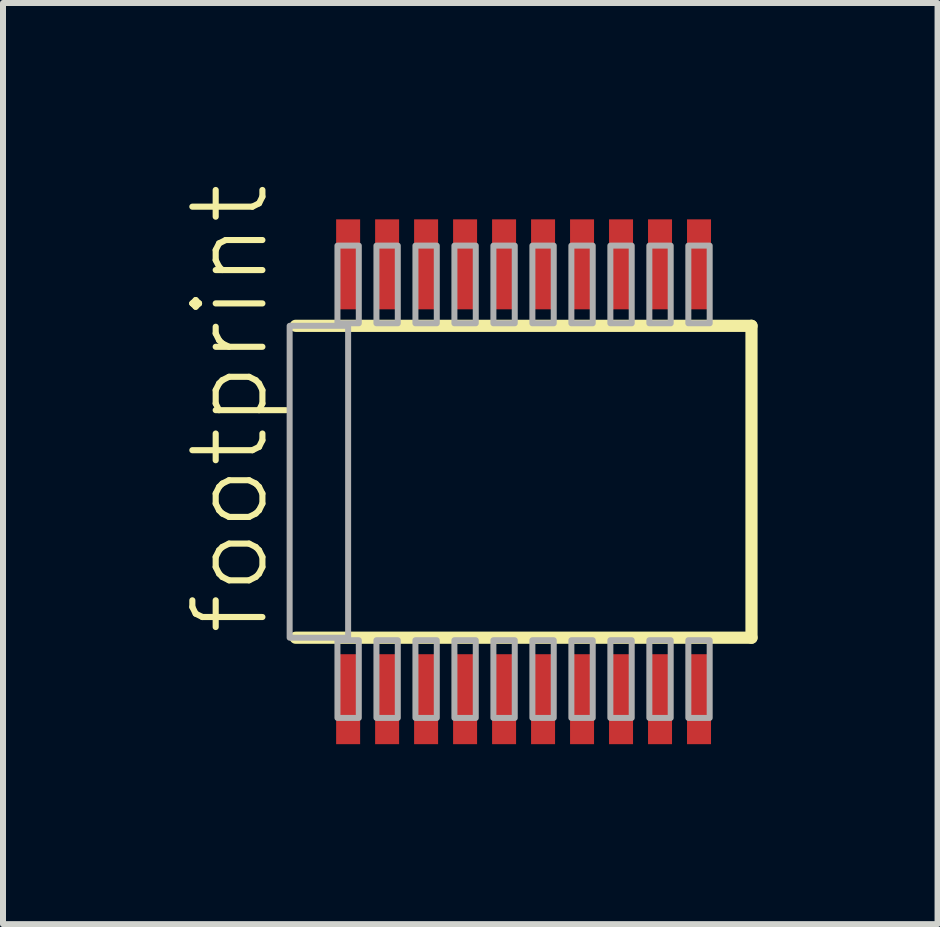
<source format=kicad_pcb>
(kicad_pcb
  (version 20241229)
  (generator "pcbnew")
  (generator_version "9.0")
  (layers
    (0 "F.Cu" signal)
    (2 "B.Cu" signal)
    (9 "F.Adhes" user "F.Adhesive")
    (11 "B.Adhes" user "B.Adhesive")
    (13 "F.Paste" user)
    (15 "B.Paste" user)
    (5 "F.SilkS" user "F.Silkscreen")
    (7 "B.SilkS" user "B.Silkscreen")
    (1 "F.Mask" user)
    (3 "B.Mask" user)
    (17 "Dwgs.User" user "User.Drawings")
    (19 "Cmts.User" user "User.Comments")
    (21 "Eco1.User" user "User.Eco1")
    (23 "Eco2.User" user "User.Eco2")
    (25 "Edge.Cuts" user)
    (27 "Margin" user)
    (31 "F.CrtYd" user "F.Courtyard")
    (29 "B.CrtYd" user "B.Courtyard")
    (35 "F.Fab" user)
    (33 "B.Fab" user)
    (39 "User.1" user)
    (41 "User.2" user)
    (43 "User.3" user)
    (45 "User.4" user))
  (footprint "footprint"
    (layer "F.Cu")
    (at 5.679 4.982)
    (property "Reference" "footprint" (at -4.206 2.6 90) (layer "F.SilkS") (effects (font (size 1.168 1.168) (thickness 0.102)) (justify left bottom)))
    (fp_line (start -3.8 2.6) (end 3.8 2.6) (stroke (width 0.203) (type solid)) (layer "F.SilkS"))
    (fp_line (start 3.8 -2.6) (end -3.8 -2.6) (stroke (width 0.203) (type solid)) (layer "F.SilkS"))
    (fp_line (start 3.8 2.6) (end 3.8 -2.6) (stroke (width 0.203) (type solid)) (layer "F.SilkS"))
    (fp_poly (pts (xy -3.9 2.6) (xy -2.925 2.6) (xy -2.925 -2.6) (xy -3.9 -2.6)) (stroke (width 0.1) (type solid)) (fill no) (layer "F.Fab"))
    (fp_poly (pts (xy -3.103 3.937) (xy -2.747 3.937) (xy -2.747 2.642) (xy -3.103 2.642)) (stroke (width 0.1) (type solid)) (fill no) (layer "F.Fab"))
    (fp_poly (pts (xy -3.103 -2.642) (xy -2.747 -2.642) (xy -2.747 -3.937) (xy -3.103 -3.937)) (stroke (width 0.1) (type solid)) (fill no) (layer "F.Fab"))
    (fp_poly (pts (xy -2.453 3.937) (xy -2.097 3.937) (xy -2.097 2.642) (xy -2.453 2.642)) (stroke (width 0.1) (type solid)) (fill no) (layer "F.Fab"))
    (fp_poly (pts (xy -2.453 -2.642) (xy -2.097 -2.642) (xy -2.097 -3.937) (xy -2.453 -3.937)) (stroke (width 0.1) (type solid)) (fill no) (layer "F.Fab"))
    (fp_poly (pts (xy -1.803 3.937) (xy -1.447 3.937) (xy -1.447 2.642) (xy -1.803 2.642)) (stroke (width 0.1) (type solid)) (fill no) (layer "F.Fab"))
    (fp_poly (pts (xy -1.803 -2.642) (xy -1.447 -2.642) (xy -1.447 -3.937) (xy -1.803 -3.937)) (stroke (width 0.1) (type solid)) (fill no) (layer "F.Fab"))
    (fp_poly (pts (xy -1.153 3.937) (xy -0.797 3.937) (xy -0.797 2.642) (xy -1.153 2.642)) (stroke (width 0.1) (type solid)) (fill no) (layer "F.Fab"))
    (fp_poly (pts (xy -1.153 -2.642) (xy -0.797 -2.642) (xy -0.797 -3.937) (xy -1.153 -3.937)) (stroke (width 0.1) (type solid)) (fill no) (layer "F.Fab"))
    (fp_poly (pts (xy -0.503 3.937) (xy -0.147 3.937) (xy -0.147 2.642) (xy -0.503 2.642)) (stroke (width 0.1) (type solid)) (fill no) (layer "F.Fab"))
    (fp_poly (pts (xy -0.503 -2.642) (xy -0.147 -2.642) (xy -0.147 -3.937) (xy -0.503 -3.937)) (stroke (width 0.1) (type solid)) (fill no) (layer "F.Fab"))
    (fp_poly (pts (xy 0.147 3.937) (xy 0.503 3.937) (xy 0.503 2.642) (xy 0.147 2.642)) (stroke (width 0.1) (type solid)) (fill no) (layer "F.Fab"))
    (fp_poly (pts (xy 0.147 -2.642) (xy 0.503 -2.642) (xy 0.503 -3.937) (xy 0.147 -3.937)) (stroke (width 0.1) (type solid)) (fill no) (layer "F.Fab"))
    (fp_poly (pts (xy 0.797 3.937) (xy 1.153 3.937) (xy 1.153 2.642) (xy 0.797 2.642)) (stroke (width 0.1) (type solid)) (fill no) (layer "F.Fab"))
    (fp_poly (pts (xy 0.797 -2.642) (xy 1.153 -2.642) (xy 1.153 -3.937) (xy 0.797 -3.937)) (stroke (width 0.1) (type solid)) (fill no) (layer "F.Fab"))
    (fp_poly (pts (xy 1.447 -2.642) (xy 1.803 -2.642) (xy 1.803 -3.937) (xy 1.447 -3.937)) (stroke (width 0.1) (type solid)) (fill no) (layer "F.Fab"))
    (fp_poly (pts (xy 1.447 3.937) (xy 1.803 3.937) (xy 1.803 2.642) (xy 1.447 2.642)) (stroke (width 0.1) (type solid)) (fill no) (layer "F.Fab"))
    (fp_poly (pts (xy 2.097 -2.642) (xy 2.453 -2.642) (xy 2.453 -3.937) (xy 2.097 -3.937)) (stroke (width 0.1) (type solid)) (fill no) (layer "F.Fab"))
    (fp_poly (pts (xy 2.097 3.937) (xy 2.453 3.937) (xy 2.453 2.642) (xy 2.097 2.642)) (stroke (width 0.1) (type solid)) (fill no) (layer "F.Fab"))
    (fp_poly (pts (xy 2.747 -2.642) (xy 3.103 -2.642) (xy 3.103 -3.937) (xy 2.747 -3.937)) (stroke (width 0.1) (type solid)) (fill no) (layer "F.Fab"))
    (fp_poly (pts (xy 2.747 3.937) (xy 3.103 3.937) (xy 3.103 2.642) (xy 2.747 2.642)) (stroke (width 0.1) (type solid)) (fill no) (layer "F.Fab"))
    (pad "1" smd rect (at -2.925 3.625) (size 0.4 1.5) (layers "F.Cu" "F.Mask" "F.Paste"))
    (pad "2" smd rect (at -2.275 3.625) (size 0.4 1.5) (layers "F.Cu" "F.Mask" "F.Paste"))
    (pad "3" smd rect (at -1.625 3.625) (size 0.4 1.5) (layers "F.Cu" "F.Mask" "F.Paste"))
    (pad "4" smd rect (at -0.975 3.625) (size 0.4 1.5) (layers "F.Cu" "F.Mask" "F.Paste"))
    (pad "5" smd rect (at -0.325 3.625) (size 0.4 1.5) (layers "F.Cu" "F.Mask" "F.Paste"))
    (pad "6" smd rect (at 0.325 3.625) (size 0.4 1.5) (layers "F.Cu" "F.Mask" "F.Paste"))
    (pad "7" smd rect (at 0.975 3.625) (size 0.4 1.5) (layers "F.Cu" "F.Mask" "F.Paste"))
    (pad "8" smd rect (at 1.625 3.625) (size 0.4 1.5) (layers "F.Cu" "F.Mask" "F.Paste"))
    (pad "9" smd rect (at 2.275 3.625) (size 0.4 1.5) (layers "F.Cu" "F.Mask" "F.Paste"))
    (pad "10" smd rect (at 2.925 3.625) (size 0.4 1.5) (layers "F.Cu" "F.Mask" "F.Paste"))
    (pad "11" smd rect (at 2.925 -3.625) (size 0.4 1.5) (layers "F.Cu" "F.Mask" "F.Paste"))
    (pad "12" smd rect (at 2.275 -3.625) (size 0.4 1.5) (layers "F.Cu" "F.Mask" "F.Paste"))
    (pad "13" smd rect (at 1.625 -3.625) (size 0.4 1.5) (layers "F.Cu" "F.Mask" "F.Paste"))
    (pad "14" smd rect (at 0.975 -3.625) (size 0.4 1.5) (layers "F.Cu" "F.Mask" "F.Paste"))
    (pad "15" smd rect (at 0.325 -3.625) (size 0.4 1.5) (layers "F.Cu" "F.Mask" "F.Paste"))
    (pad "16" smd rect (at -0.325 -3.625) (size 0.4 1.5) (layers "F.Cu" "F.Mask" "F.Paste"))
    (pad "17" smd rect (at -0.975 -3.625) (size 0.4 1.5) (layers "F.Cu" "F.Mask" "F.Paste"))
    (pad "18" smd rect (at -1.625 -3.625) (size 0.4 1.5) (layers "F.Cu" "F.Mask" "F.Paste"))
    (pad "19" smd rect (at -2.275 -3.625) (size 0.4 1.5) (layers "F.Cu" "F.Mask" "F.Paste"))
    (pad "20" smd rect (at -2.925 -3.625) (size 0.4 1.5) (layers "F.Cu" "F.Mask" "F.Paste")))
  (gr_rect
    (start -3 -3)
    (end 12.581 12.357)
    (stroke (width 0.1) (type default))
    (fill no)
    (layer "Edge.Cuts")))
</source>
